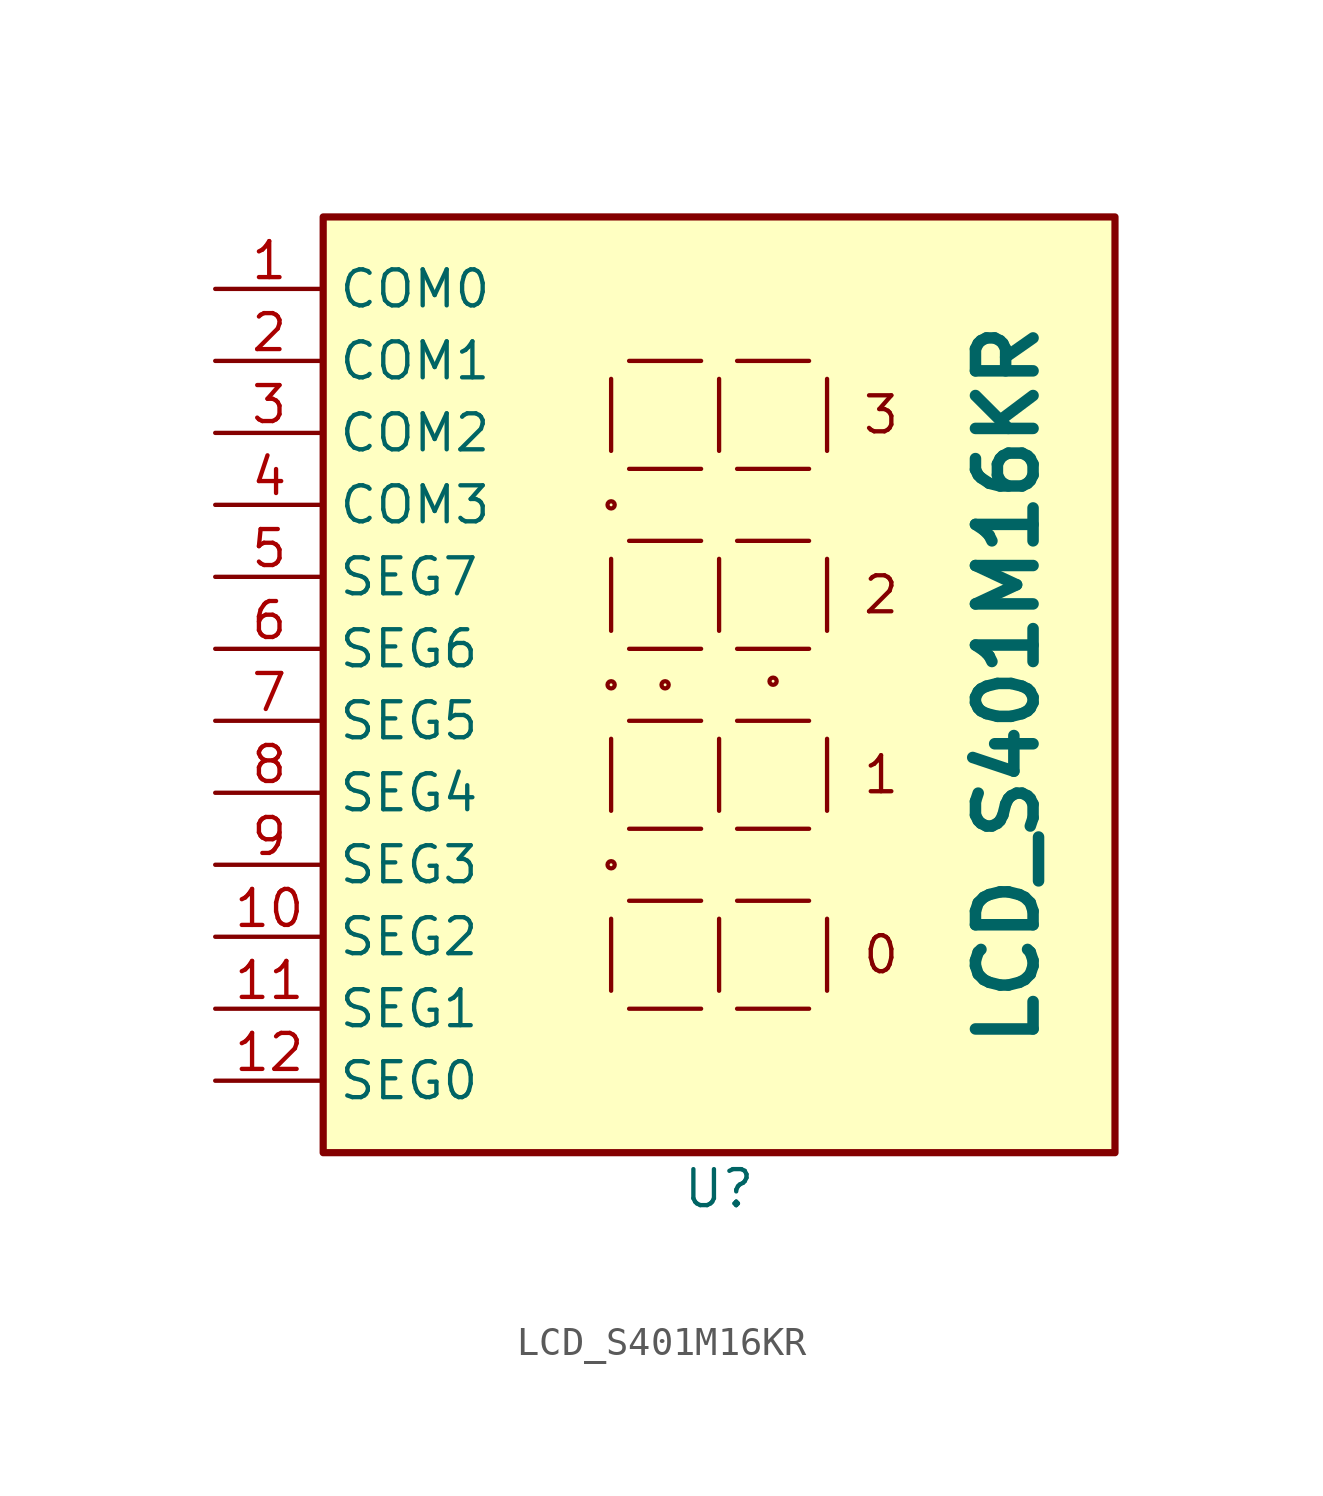
<source format=kicad_sym>
(kicad_symbol_lib
  (version 20231120)
  (generator "kicad_symbol_editor")
  (generator_version "8.0")
  (symbol "LCD_S401M16KR"
    (property "Reference" "U"
      (at 0 -17.78 0)
      (effects (font (size 1.27 1.27))))
    (property "Value" "LCD_S401M16KR"
      (at 10.16 0 90)
      (effects (font (size 2.032 2.032) (bold yes))))
    (symbol "LCD_S401M16KR_0_0"
      (circle (center -3.81 -6.35) (radius 0.127) (stroke (width 0.152) (type default)) (fill (type none)))
      (circle (center -3.81 0) (radius 0.127) (stroke (width 0.152) (type default)) (fill (type none)))
      (circle (center -3.81 6.35) (radius 0.127) (stroke (width 0.152) (type default)) (fill (type none)))
      (circle (center -1.905 0) (radius 0.127) (stroke (width 0.152) (type default)) (fill (type none)))
      (circle (center 1.905 0.127) (radius 0.127) (stroke (width 0.152) (type default)) (fill (type none)))
      (text "0" (at 5.715 -9.525 0) (effects (font (size 1.27 1.27))))
      (text "1" (at 5.715 -3.175 0) (effects (font (size 1.27 1.27))))
      (text "2" (at 5.715 3.175 0) (effects (font (size 1.27 1.27))))
      (text "3" (at 5.715 9.525 0) (effects (font (size 1.27 1.27)))))
    (symbol "LCD_S401M16KR_0_1"
      (polyline (pts (xy -3.81 -8.255) (xy -3.81 -10.795)) (stroke (width 0.152) (type default)) (fill (type none)))
      (polyline (pts (xy -3.81 -1.905) (xy -3.81 -4.445)) (stroke (width 0.152) (type default)) (fill (type none)))
      (polyline (pts (xy -3.81 4.445) (xy -3.81 1.905)) (stroke (width 0.152) (type default)) (fill (type none)))
      (polyline (pts (xy -3.81 10.795) (xy -3.81 8.255)) (stroke (width 0.152) (type default)) (fill (type none)))
      (polyline (pts (xy -3.175 -11.43) (xy -0.635 -11.43)) (stroke (width 0.152) (type default)) (fill (type none)))
      (polyline (pts (xy -3.175 -7.62) (xy -0.635 -7.62)) (stroke (width 0.152) (type default)) (fill (type none)))
      (polyline (pts (xy -3.175 -5.08) (xy -0.635 -5.08)) (stroke (width 0.152) (type default)) (fill (type none)))
      (polyline (pts (xy -3.175 -1.27) (xy -0.635 -1.27)) (stroke (width 0.152) (type default)) (fill (type none)))
      (polyline (pts (xy -3.175 1.27) (xy -0.635 1.27)) (stroke (width 0.152) (type default)) (fill (type none)))
      (polyline (pts (xy -3.175 5.08) (xy -0.635 5.08)) (stroke (width 0.152) (type default)) (fill (type none)))
      (polyline (pts (xy -3.175 7.62) (xy -0.635 7.62)) (stroke (width 0.152) (type default)) (fill (type none)))
      (polyline (pts (xy -3.175 11.43) (xy -0.635 11.43)) (stroke (width 0.152) (type default)) (fill (type none)))
      (polyline (pts (xy 0 -8.255) (xy 0 -10.795)) (stroke (width 0.152) (type default)) (fill (type none)))
      (polyline (pts (xy 0 -1.905) (xy 0 -4.445)) (stroke (width 0.152) (type default)) (fill (type none)))
      (polyline (pts (xy 0 4.445) (xy 0 1.905)) (stroke (width 0.152) (type default)) (fill (type none)))
      (polyline (pts (xy 0 10.795) (xy 0 8.255)) (stroke (width 0.152) (type default)) (fill (type none)))
      (polyline (pts (xy 0.635 -11.43) (xy 3.175 -11.43)) (stroke (width 0.152) (type default)) (fill (type none)))
      (polyline (pts (xy 0.635 -7.62) (xy 3.175 -7.62)) (stroke (width 0.152) (type default)) (fill (type none)))
      (polyline (pts (xy 0.635 -5.08) (xy 3.175 -5.08)) (stroke (width 0.152) (type default)) (fill (type none)))
      (polyline (pts (xy 0.635 -1.27) (xy 3.175 -1.27)) (stroke (width 0.152) (type default)) (fill (type none)))
      (polyline (pts (xy 0.635 1.27) (xy 3.175 1.27)) (stroke (width 0.152) (type default)) (fill (type none)))
      (polyline (pts (xy 0.635 5.08) (xy 3.175 5.08)) (stroke (width 0.152) (type default)) (fill (type none)))
      (polyline (pts (xy 0.635 7.62) (xy 3.175 7.62)) (stroke (width 0.152) (type default)) (fill (type none)))
      (polyline (pts (xy 0.635 11.43) (xy 3.175 11.43)) (stroke (width 0.152) (type default)) (fill (type none)))
      (polyline (pts (xy 3.81 -8.255) (xy 3.81 -10.795)) (stroke (width 0.152) (type default)) (fill (type none)))
      (polyline (pts (xy 3.81 -1.905) (xy 3.81 -4.445)) (stroke (width 0.152) (type default)) (fill (type none)))
      (polyline (pts (xy 3.81 4.445) (xy 3.81 1.905)) (stroke (width 0.152) (type default)) (fill (type none)))
      (polyline (pts (xy 3.81 10.795) (xy 3.81 8.255)) (stroke (width 0.152) (type default)) (fill (type none)))
      (rectangle (start 13.97 16.51) (end -13.97 -16.51) (stroke (width 0.254) (type default)) (fill (type background))))
    (symbol "LCD_S401M16KR_1_1"
      (pin passive line (at -17.78 13.97 0) (length 3.81) (name "COM0" (effects (font (size 1.27 1.27)))) (number "1" (effects (font (size 1.27 1.27)))))
      (pin passive line (at -17.78 -8.89 0) (length 3.81) (name "SEG2" (effects (font (size 1.27 1.27)))) (number "10" (effects (font (size 1.27 1.27)))))
      (pin passive line (at -17.78 -11.43 0) (length 3.81) (name "SEG1" (effects (font (size 1.27 1.27)))) (number "11" (effects (font (size 1.27 1.27)))))
      (pin passive line (at -17.78 -13.97 0) (length 3.81) (name "SEG0" (effects (font (size 1.27 1.27)))) (number "12" (effects (font (size 1.27 1.27)))))
      (pin passive line (at -17.78 11.43 0) (length 3.81) (name "COM1" (effects (font (size 1.27 1.27)))) (number "2" (effects (font (size 1.27 1.27)))))
      (pin passive line (at -17.78 8.89 0) (length 3.81) (name "COM2" (effects (font (size 1.27 1.27)))) (number "3" (effects (font (size 1.27 1.27)))))
      (pin passive line (at -17.78 6.35 0) (length 3.81) (name "COM3" (effects (font (size 1.27 1.27)))) (number "4" (effects (font (size 1.27 1.27)))))
      (pin passive line (at -17.78 3.81 0) (length 3.81) (name "SEG7" (effects (font (size 1.27 1.27)))) (number "5" (effects (font (size 1.27 1.27)))))
      (pin passive line (at -17.78 1.27 0) (length 3.81) (name "SEG6" (effects (font (size 1.27 1.27)))) (number "6" (effects (font (size 1.27 1.27)))))
      (pin passive line (at -17.78 -1.27 0) (length 3.81) (name "SEG5" (effects (font (size 1.27 1.27)))) (number "7" (effects (font (size 1.27 1.27)))))
      (pin passive line (at -17.78 -3.81 0) (length 3.81) (name "SEG4" (effects (font (size 1.27 1.27)))) (number "8" (effects (font (size 1.27 1.27)))))
      (pin passive line (at -17.78 -6.35 0) (length 3.81) (name "SEG3" (effects (font (size 1.27 1.27)))) (number "9" (effects (font (size 1.27 1.27))))))))
</source>
